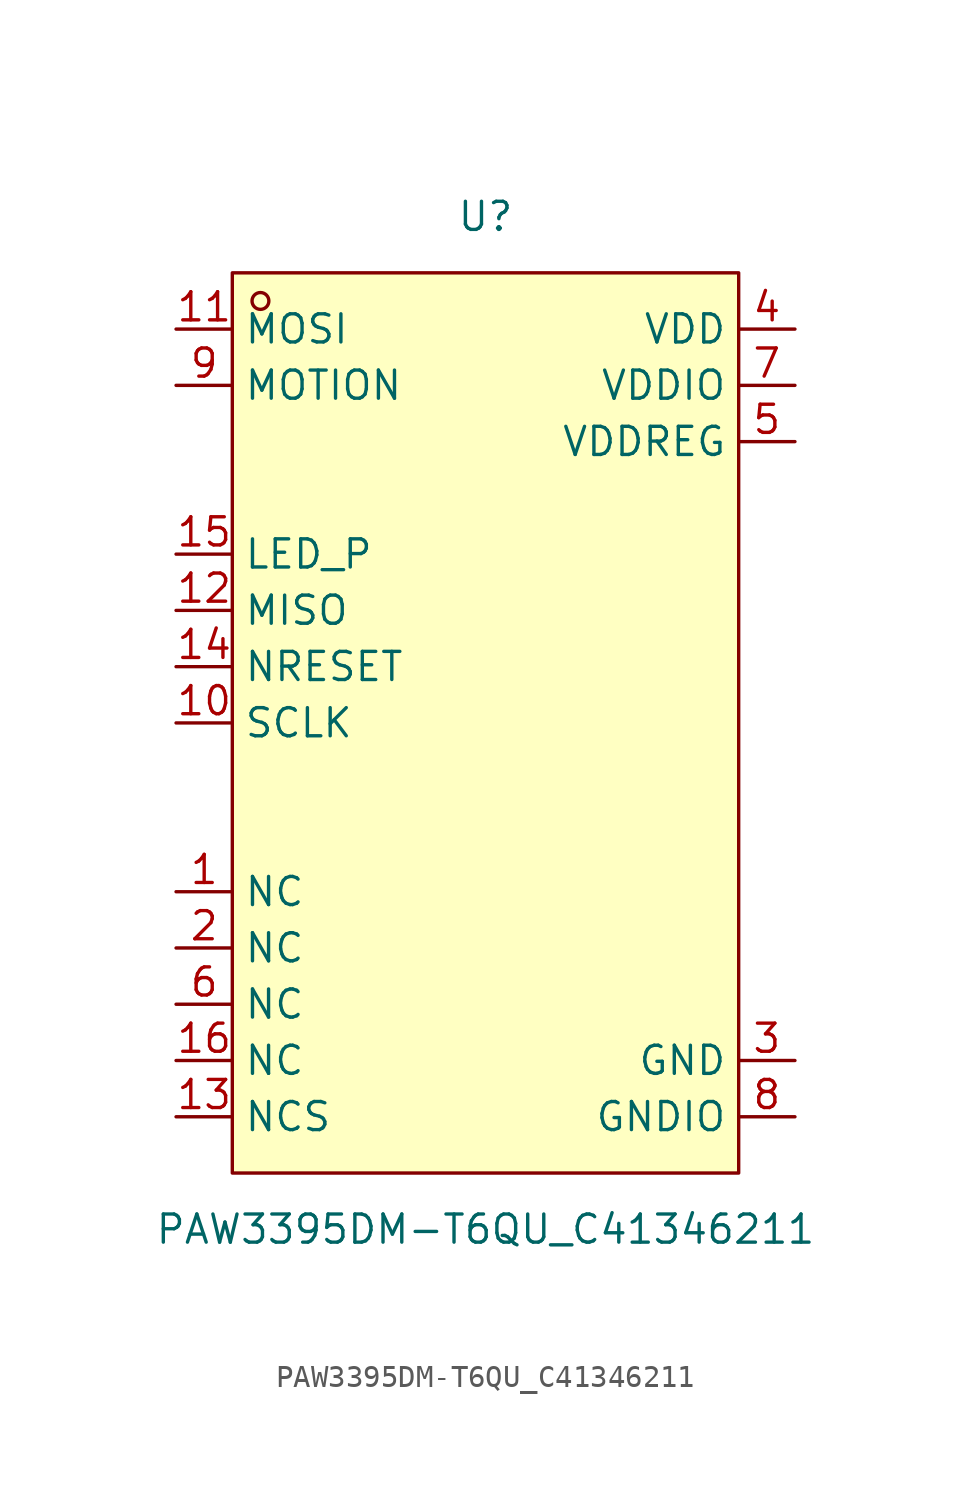
<source format=kicad_sym>
(kicad_symbol_lib
  (version 20211014)
  (generator https://github.com/uPesy/easyeda2kicad.py)
  (symbol "PAW3395DM-T6QU_C41346211"
    (property "Reference" "U"
      (at 0 22.86 0)
      (effects (font (size 1.27 1.27))))
    (property "Value" "PAW3395DM-T6QU_C41346211"
      (at 0 -22.86 0)
      (effects (font (size 1.27 1.27))))
    (symbol "PAW3395DM-T6QU_C41346211_0_1"
      (rectangle (start -11.43 20.32) (end 11.43 -20.32) (stroke (width 0) (type default) (color 0 0 0 0)) (fill (type background)))
      (circle (center -10.16 19.05) (radius 0.38) (stroke (width 0) (type default) (color 0 0 0 0)) (fill (type none)))
      (pin unspecified line (at -13.97 17.78 0) (length 2.54) (name "MOSI" (effects (font (size 1.27 1.27)))) (number "11" (effects (font (size 1.27 1.27)))))
      (pin unspecified line (at -13.97 15.24 0) (length 2.54) (name "MOTION" (effects (font (size 1.27 1.27)))) (number "9" (effects (font (size 1.27 1.27)))))
      (pin unspecified line (at -13.97 7.62 0) (length 2.54) (name "LED_P" (effects (font (size 1.27 1.27)))) (number "15" (effects (font (size 1.27 1.27)))))
      (pin unspecified line (at -13.97 5.08 0) (length 2.54) (name "MISO" (effects (font (size 1.27 1.27)))) (number "12" (effects (font (size 1.27 1.27)))))
      (pin unspecified line (at -13.97 2.54 0) (length 2.54) (name "NRESET" (effects (font (size 1.27 1.27)))) (number "14" (effects (font (size 1.27 1.27)))))
      (pin unspecified line (at -13.97 -0.00 0) (length 2.54) (name "SCLK" (effects (font (size 1.27 1.27)))) (number "10" (effects (font (size 1.27 1.27)))))
      (pin unspecified line (at -13.97 -7.62 0) (length 2.54) (name "NC" (effects (font (size 1.27 1.27)))) (number "1" (effects (font (size 1.27 1.27)))))
      (pin unspecified line (at -13.97 -10.16 0) (length 2.54) (name "NC" (effects (font (size 1.27 1.27)))) (number "2" (effects (font (size 1.27 1.27)))))
      (pin unspecified line (at -13.97 -12.70 0) (length 2.54) (name "NC" (effects (font (size 1.27 1.27)))) (number "6" (effects (font (size 1.27 1.27)))))
      (pin unspecified line (at -13.97 -15.24 0) (length 2.54) (name "NC" (effects (font (size 1.27 1.27)))) (number "16" (effects (font (size 1.27 1.27)))))
      (pin unspecified line (at -13.97 -17.78 0) (length 2.54) (name "NCS" (effects (font (size 1.27 1.27)))) (number "13" (effects (font (size 1.27 1.27)))))
      (pin unspecified line (at 13.97 -17.78 180) (length 2.54) (name "GNDIO" (effects (font (size 1.27 1.27)))) (number "8" (effects (font (size 1.27 1.27)))))
      (pin unspecified line (at 13.97 -15.24 180) (length 2.54) (name "GND" (effects (font (size 1.27 1.27)))) (number "3" (effects (font (size 1.27 1.27)))))
      (pin unspecified line (at 13.97 12.70 180) (length 2.54) (name "VDDREG" (effects (font (size 1.27 1.27)))) (number "5" (effects (font (size 1.27 1.27)))))
      (pin unspecified line (at 13.97 15.24 180) (length 2.54) (name "VDDIO" (effects (font (size 1.27 1.27)))) (number "7" (effects (font (size 1.27 1.27)))))
      (pin unspecified line (at 13.97 17.78 180) (length 2.54) (name "VDD" (effects (font (size 1.27 1.27)))) (number "4" (effects (font (size 1.27 1.27))))))))
</source>
